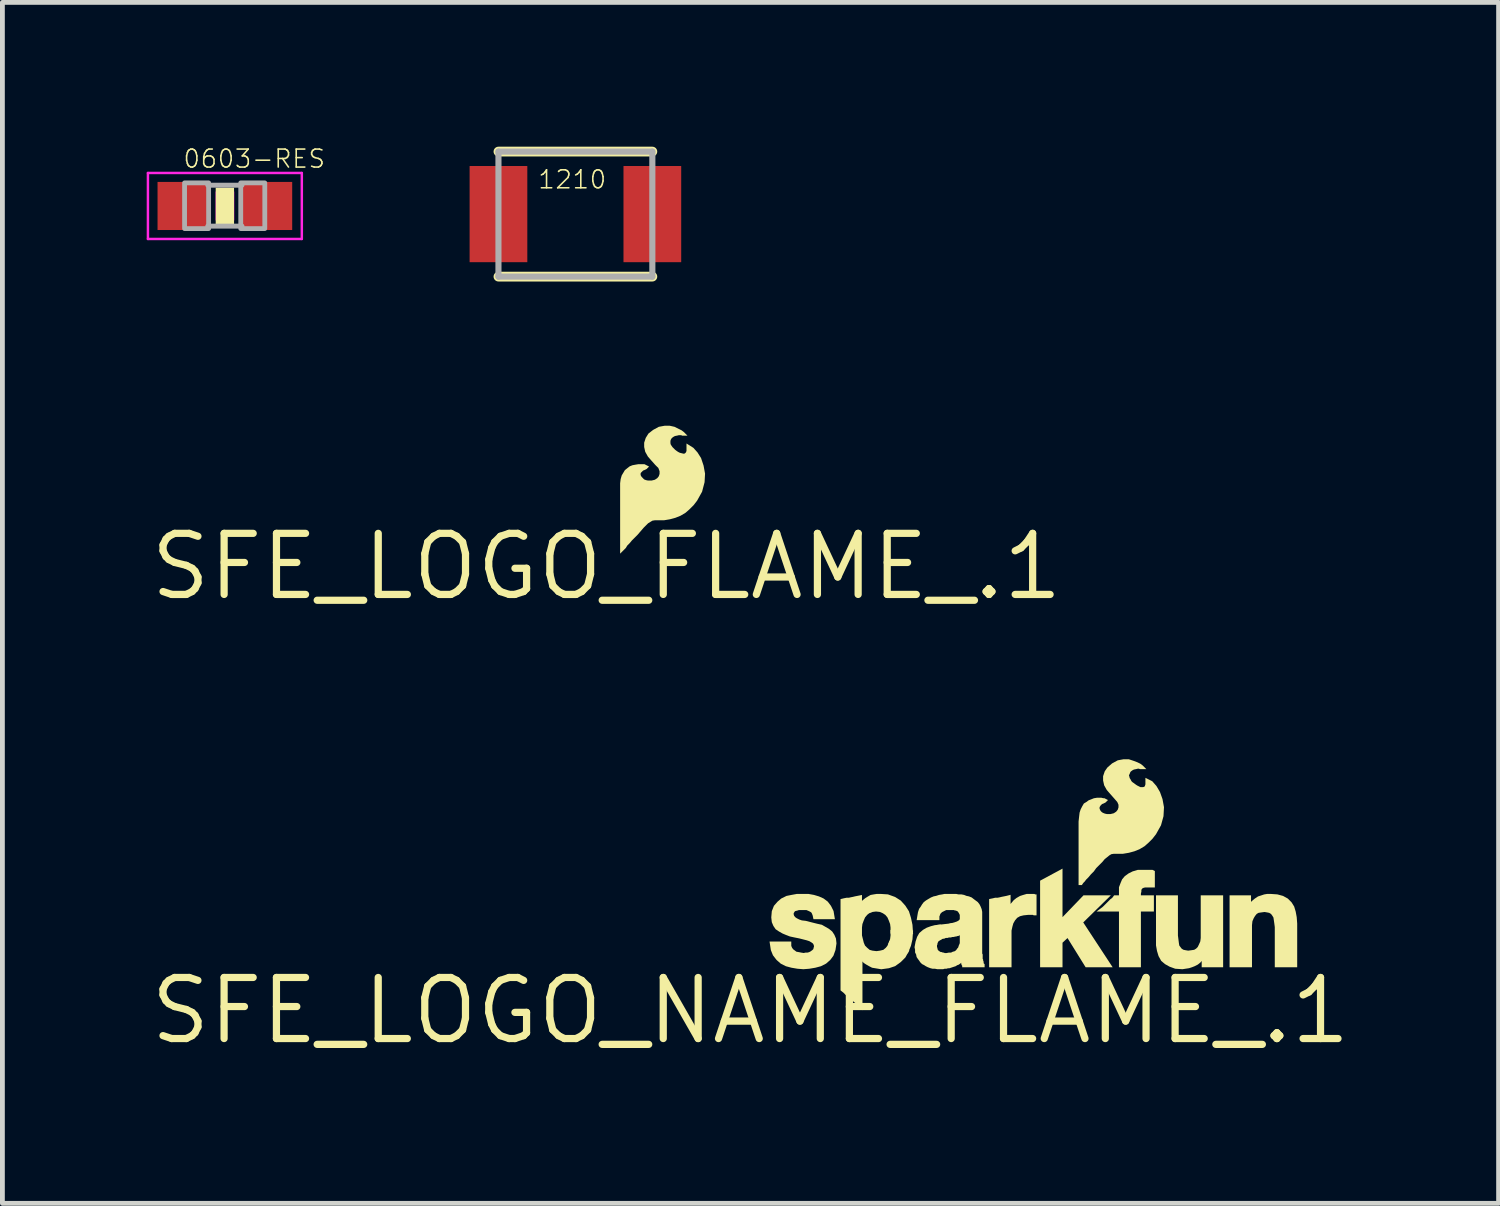
<source format=kicad_pcb>
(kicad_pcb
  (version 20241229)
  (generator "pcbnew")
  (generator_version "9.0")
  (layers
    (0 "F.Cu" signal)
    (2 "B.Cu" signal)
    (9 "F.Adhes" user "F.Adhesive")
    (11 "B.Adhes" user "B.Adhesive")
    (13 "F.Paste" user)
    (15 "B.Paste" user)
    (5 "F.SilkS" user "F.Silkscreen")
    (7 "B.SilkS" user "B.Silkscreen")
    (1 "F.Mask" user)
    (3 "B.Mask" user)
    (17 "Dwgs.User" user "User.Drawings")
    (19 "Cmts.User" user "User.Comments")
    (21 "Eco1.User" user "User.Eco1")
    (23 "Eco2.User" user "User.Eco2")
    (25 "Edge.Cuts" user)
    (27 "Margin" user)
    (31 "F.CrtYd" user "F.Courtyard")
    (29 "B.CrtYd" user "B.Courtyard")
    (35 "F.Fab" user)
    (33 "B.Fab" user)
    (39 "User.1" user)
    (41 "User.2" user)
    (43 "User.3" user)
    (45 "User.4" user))
  (footprint "1210"
    (layer "F.Cu")
    (at 8.915 1.402)
    (property "Reference" "1210" (at -0.8 -0.5 0) (layer "F.SilkS") (effects (font (size 0.374 0.374) (thickness 0.033)) (justify left bottom)))
    (fp_line (start -1.6 -1.3) (end 1.6 -1.3) (stroke (width 0.203) (type solid)) (layer "F.SilkS"))
    (fp_line (start -1.6 1.3) (end 1.6 1.3) (stroke (width 0.203) (type solid)) (layer "F.SilkS"))
    (fp_line (start -1.6 -1.3) (end 1.6 -1.3) (stroke (width 0.127) (type solid)) (layer "F.Fab"))
    (fp_line (start -1.6 1.3) (end -1.6 -1.3) (stroke (width 0.127) (type solid)) (layer "F.Fab"))
    (fp_line (start 1.6 -1.3) (end 1.6 1.3) (stroke (width 0.127) (type solid)) (layer "F.Fab"))
    (fp_line (start 1.6 1.3) (end -1.6 1.3) (stroke (width 0.127) (type solid)) (layer "F.Fab"))
    (pad "1" smd rect (at -1.6 0) (size 1.2 2) (layers "F.Cu" "F.Mask" "F.Paste"))
    (pad "2" smd rect (at 1.6 0) (size 1.2 2) (layers "F.Cu" "F.Mask" "F.Paste")))
  (footprint "SFE_LOGO_NAME_FLAME_.1"
    (layer "F.Cu")
    (at 12.556 17.966)
    (property "Reference" "SFE_LOGO_NAME_FLAME_.1" (at 0 0 0) (layer "F.SilkS") (effects (font (size 1.27 1.27) (thickness 0.15))))
    (fp_poly (pts (xy 3.381 -1.667) (xy 3.368 -1.484) (xy 3.336 -1.348) (xy 3.27 -1.189) (xy 2.862 -1.38) (xy 2.903 -1.489) (xy 2.912 -1.562) (xy 2.912 -1.679)) (stroke (width 0) (type default)) (fill yes) (layer "F.SilkS"))
    (fp_poly (pts (xy 6.488 -1.945) (xy 6.924 -2.398) (xy 7.493 -2.398) (xy 6.919 -1.835) (xy 7.531 -0.902) (xy 6.969 -0.902) (xy 6.592 -1.51) (xy 6.488 -1.413) (xy 6.488 -0.902) (xy 6.022 -0.902) (xy 6.022 -2.703) (xy 6.488 -2.954)) (stroke (width 0) (type default)) (fill yes) (layer "F.SilkS"))
    (fp_poly (pts (xy 4.274 -1.56) (xy 4.219 -1.532) (xy 4.196 -1.532) (xy 4.166 -1.522) (xy 4.126 -1.522) (xy 4.096 -1.512) (xy 4.059 -1.512) (xy 4.039 -1.502) (xy 3.984 -1.502) (xy 3.877 -1.782) (xy 4.016 -1.798) (xy 4.105 -1.808) (xy 4.209 -1.823)) (stroke (width 0) (type default)) (fill yes) (layer "F.SilkS"))
    (fp_poly (pts (xy 5.916 -2.418) (xy 5.948 -2.418) (xy 5.948 -1.982) (xy 5.891 -1.982) (xy 5.871 -1.992) (xy 5.772 -1.992) (xy 5.677 -1.982) (xy 5.604 -1.964) (xy 5.545 -1.93) (xy 5.501 -1.878) (xy 5.465 -1.815) (xy 5.447 -1.751) (xy 5.428 -1.666) (xy 5.428 -0.902) (xy 4.962 -0.902) (xy 4.962 -2.321) (xy 5.042 -2.337) (xy 5.085 -2.348) (xy 5.136 -2.348) (xy 5.182 -2.357) (xy 5.222 -2.367) (xy 5.273 -2.377) (xy 5.322 -2.387) (xy 5.408 -2.409) (xy 5.408 -2.219) (xy 5.42 -2.234) (xy 5.473 -2.297) (xy 5.529 -2.342) (xy 5.604 -2.385) (xy 5.669 -2.406) (xy 5.745 -2.428) (xy 5.906 -2.428)) (stroke (width 0) (type default)) (fill yes) (layer "F.SilkS"))
    (fp_poly (pts (xy 8.408 -2.904) (xy 8.408 -2.562) (xy 8.205 -2.562) (xy 8.173 -2.554) (xy 8.157 -2.546) (xy 8.146 -2.54) (xy 8.133 -2.521) (xy 8.128 -2.511) (xy 8.128 -2.475) (xy 8.118 -2.435) (xy 8.118 -2.398) (xy 8.388 -2.398) (xy 8.388 -2.062) (xy 8.118 -2.062) (xy 8.118 -0.902) (xy 7.662 -0.902) (xy 7.662 -2.062) (xy 7.196 -2.062) (xy 7.325 -2.159) (xy 7.453 -2.287) (xy 7.485 -2.319) (xy 7.523 -2.347) (xy 7.561 -2.398) (xy 7.662 -2.398) (xy 7.662 -2.567) (xy 7.695 -2.654) (xy 7.727 -2.73) (xy 7.784 -2.798) (xy 7.86 -2.853) (xy 7.946 -2.896) (xy 8.054 -2.928) (xy 8.359 -2.928)) (stroke (width 0) (type default)) (fill yes) (layer "F.SilkS"))
    (fp_poly (pts (xy 8.888 -1.562) (xy 8.898 -1.485) (xy 8.908 -1.405) (xy 8.916 -1.355) (xy 8.94 -1.323) (xy 8.966 -1.289) (xy 9.004 -1.266) (xy 9.047 -1.257) (xy 9.101 -1.248) (xy 9.175 -1.258) (xy 9.227 -1.266) (xy 9.266 -1.29) (xy 9.299 -1.323) (xy 9.325 -1.376) (xy 9.353 -1.44) (xy 9.362 -1.512) (xy 9.362 -2.398) (xy 9.828 -2.398) (xy 9.828 -0.902) (xy 9.382 -0.902) (xy 9.382 -1.034) (xy 9.357 -1.003) (xy 9.301 -0.958) (xy 9.236 -0.925) (xy 9.183 -0.904) (xy 9.119 -0.883) (xy 9.046 -0.872) (xy 8.982 -0.862) (xy 8.832 -0.872) (xy 8.714 -0.915) (xy 8.618 -0.969) (xy 8.54 -1.036) (xy 8.485 -1.135) (xy 8.453 -1.241) (xy 8.432 -1.357) (xy 8.432 -2.398) (xy 8.888 -2.398)) (stroke (width 0) (type default)) (fill yes) (layer "F.SilkS"))
    (fp_poly (pts (xy 10.956 -2.418) (xy 11.074 -2.386) (xy 11.173 -2.331) (xy 11.25 -2.254) (xy 11.305 -2.166) (xy 11.337 -2.059) (xy 11.358 -1.945) (xy 11.368 -1.811) (xy 11.368 -0.902) (xy 10.902 -0.902) (xy 10.902 -1.738) (xy 10.892 -1.815) (xy 10.882 -1.884) (xy 10.874 -1.937) (xy 10.848 -1.979) (xy 10.824 -2.011) (xy 10.786 -2.034) (xy 10.743 -2.043) (xy 10.689 -2.052) (xy 10.615 -2.042) (xy 10.563 -2.034) (xy 10.525 -2.011) (xy 10.491 -1.968) (xy 10.464 -1.923) (xy 10.437 -1.86) (xy 10.428 -1.778) (xy 10.428 -0.902) (xy 9.962 -0.902) (xy 9.962 -2.398) (xy 10.408 -2.398) (xy 10.408 -2.262) (xy 10.435 -2.288) (xy 10.487 -2.331) (xy 10.553 -2.375) (xy 10.618 -2.396) (xy 10.681 -2.417) (xy 10.747 -2.428) (xy 10.811 -2.428)) (stroke (width 0) (type default)) (fill yes) (layer "F.SilkS"))
    (fp_poly (pts (xy 2.858 -2.418) (xy 3.007 -2.364) (xy 3.125 -2.289) (xy 3.22 -2.183) (xy 3.295 -2.066) (xy 3.337 -1.93) (xy 3.368 -1.785) (xy 3.381 -1.591) (xy 2.912 -1.603) (xy 2.912 -1.728) (xy 2.903 -1.801) (xy 2.875 -1.876) (xy 2.847 -1.94) (xy 2.804 -1.991) (xy 2.752 -2.026) (xy 2.69 -2.053) (xy 2.61 -2.062) (xy 2.539 -2.053) (xy 2.469 -2.026) (xy 2.427 -1.993) (xy 2.383 -1.94) (xy 2.355 -1.876) (xy 2.327 -1.801) (xy 2.318 -1.728) (xy 2.318 -1.565) (xy 2.356 -1.412) (xy 2.382 -1.352) (xy 2.426 -1.308) (xy 2.478 -1.264) (xy 2.537 -1.248) (xy 2.62 -1.238) (xy 2.693 -1.248) (xy 2.762 -1.265) (xy 2.813 -1.307) (xy 2.847 -1.35) (xy 2.891 -1.451) (xy 3.303 -1.257) (xy 3.221 -1.107) (xy 3.125 -1.011) (xy 3.008 -0.926) (xy 2.879 -0.883) (xy 2.719 -0.861) (xy 2.654 -0.872) (xy 2.594 -0.882) (xy 2.528 -0.893) (xy 2.462 -0.927) (xy 2.41 -0.957) (xy 2.355 -0.991) (xy 2.328 -1.024) (xy 2.328 -0.008) (xy 2.175 -0.162) (xy 2.076 -0.24) (xy 2.025 -0.282) (xy 1.973 -0.333) (xy 1.935 -0.372) (xy 1.872 -0.422) (xy 1.872 -2.32) (xy 1.942 -2.337) (xy 1.996 -2.348) (xy 2.045 -2.348) (xy 2.082 -2.357) (xy 2.132 -2.367) (xy 2.172 -2.377) (xy 2.223 -2.387) (xy 2.318 -2.406) (xy 2.318 -2.282) (xy 2.335 -2.298) (xy 2.388 -2.341) (xy 2.44 -2.373) (xy 2.497 -2.406) (xy 2.564 -2.418) (xy 2.627 -2.428) (xy 2.701 -2.428)) (stroke (width 0) (type default)) (fill yes) (layer "F.SilkS"))
    (fp_poly (pts (xy 1.319 -2.407) (xy 1.423 -2.376) (xy 1.519 -2.333) (xy 1.607 -2.267) (xy 1.673 -2.18) (xy 1.727 -2.072) (xy 1.755 -1.902) (xy 1.309 -1.902) (xy 1.293 -1.979) (xy 1.276 -2.022) (xy 1.263 -2.043) (xy 1.241 -2.057) (xy 1.204 -2.075) (xy 1.163 -2.092) (xy 1.006 -2.092) (xy 0.981 -2.083) (xy 0.941 -2.073) (xy 0.924 -2.068) (xy 0.912 -2.049) (xy 0.898 -2.028) (xy 0.898 -2.005) (xy 0.905 -1.977) (xy 0.927 -1.947) (xy 0.96 -1.923) (xy 1.015 -1.895) (xy 1.068 -1.877) (xy 1.147 -1.868) (xy 1.309 -1.827) (xy 1.389 -1.807) (xy 1.484 -1.786) (xy 1.559 -1.743) (xy 1.632 -1.701) (xy 1.699 -1.646) (xy 1.744 -1.578) (xy 1.777 -1.5) (xy 1.788 -1.399) (xy 1.767 -1.261) (xy 1.724 -1.142) (xy 1.658 -1.054) (xy 1.571 -0.978) (xy 1.464 -0.924) (xy 1.348 -0.893) (xy 1.225 -0.872) (xy 1.1 -0.862) (xy 0.975 -0.872) (xy 0.852 -0.893) (xy 0.736 -0.924) (xy 0.629 -0.978) (xy 0.542 -1.054) (xy 0.467 -1.151) (xy 0.423 -1.26) (xy 0.396 -1.438) (xy 0.848 -1.438) (xy 0.848 -1.347) (xy 0.864 -1.309) (xy 0.887 -1.277) (xy 0.923 -1.25) (xy 0.955 -1.226) (xy 1.007 -1.217) (xy 1.057 -1.207) (xy 1.108 -1.199) (xy 1.145 -1.208) (xy 1.185 -1.208) (xy 1.217 -1.216) (xy 1.25 -1.233) (xy 1.285 -1.259) (xy 1.306 -1.279) (xy 1.313 -1.309) (xy 1.321 -1.34) (xy 1.314 -1.367) (xy 1.3 -1.395) (xy 1.269 -1.418) (xy 1.224 -1.445) (xy 1.169 -1.463) (xy 1.091 -1.483) (xy 1.012 -1.503) (xy 0.912 -1.523) (xy 0.819 -1.543) (xy 0.736 -1.575) (xy 0.663 -1.606) (xy 0.59 -1.648) (xy 0.523 -1.693) (xy 0.476 -1.762) (xy 0.443 -1.84) (xy 0.432 -1.939) (xy 0.443 -2.069) (xy 0.487 -2.18) (xy 0.563 -2.267) (xy 0.639 -2.332) (xy 0.748 -2.386) (xy 0.853 -2.407) (xy 0.967 -2.428) (xy 1.203 -2.428)) (stroke (width 0) (type default)) (fill yes) (layer "F.SilkS"))
    (fp_poly (pts (xy 7.963 -5.196) (xy 8.045 -5.165) (xy 8.11 -5.133) (xy 8.155 -5.099) (xy 8.232 -5.022) (xy 8.104 -5.022) (xy 8.074 -5.032) (xy 8.055 -5.032) (xy 8.018 -5.023) (xy 7.972 -5.014) (xy 7.94 -4.997) (xy 7.908 -4.973) (xy 7.895 -4.953) (xy 7.885 -4.925) (xy 7.875 -4.905) (xy 7.87 -4.89) (xy 7.877 -4.871) (xy 7.885 -4.836) (xy 7.903 -4.809) (xy 7.921 -4.773) (xy 7.944 -4.75) (xy 7.972 -4.731) (xy 8.012 -4.701) (xy 8.039 -4.683) (xy 8.109 -4.648) (xy 8.164 -4.648) (xy 8.183 -4.655) (xy 8.198 -4.664) (xy 8.204 -4.682) (xy 8.212 -4.706) (xy 8.212 -4.842) (xy 8.354 -4.771) (xy 8.441 -4.672) (xy 8.515 -4.546) (xy 8.567 -4.4) (xy 8.598 -4.232) (xy 8.588 -4.044) (xy 8.536 -3.855) (xy 8.432 -3.669) (xy 8.359 -3.575) (xy 8.276 -3.492) (xy 8.193 -3.419) (xy 8.087 -3.356) (xy 7.982 -3.314) (xy 7.868 -3.283) (xy 7.743 -3.262) (xy 7.553 -3.262) (xy 7.503 -3.254) (xy 7.462 -3.229) (xy 7.414 -3.19) (xy 7.367 -3.153) (xy 7.318 -3.094) (xy 7.189 -2.965) (xy 7.139 -2.895) (xy 7.078 -2.834) (xy 7.028 -2.774) (xy 6.979 -2.725) (xy 6.949 -2.685) (xy 6.92 -2.656) (xy 6.89 -2.612) (xy 6.822 -2.612) (xy 6.822 -3.932) (xy 6.832 -4.024) (xy 6.843 -4.118) (xy 6.865 -4.185) (xy 6.897 -4.248) (xy 6.932 -4.308) (xy 6.989 -4.342) (xy 7.031 -4.374) (xy 7.086 -4.395) (xy 7.14 -4.417) (xy 7.207 -4.428) (xy 7.295 -4.428) (xy 7.335 -4.418) (xy 7.359 -4.418) (xy 7.434 -4.38) (xy 7.383 -4.329) (xy 7.335 -4.305) (xy 7.311 -4.297) (xy 7.28 -4.266) (xy 7.265 -4.243) (xy 7.258 -4.224) (xy 7.258 -4.206) (xy 7.265 -4.185) (xy 7.281 -4.153) (xy 7.304 -4.13) (xy 7.328 -4.114) (xy 7.371 -4.097) (xy 7.414 -4.088) (xy 7.485 -4.088) (xy 7.554 -4.105) (xy 7.604 -4.138) (xy 7.636 -4.178) (xy 7.652 -4.226) (xy 7.652 -4.282) (xy 7.627 -4.339) (xy 7.561 -4.415) (xy 7.481 -4.505) (xy 7.409 -4.588) (xy 7.354 -4.686) (xy 7.332 -4.786) (xy 7.332 -4.876) (xy 7.366 -4.977) (xy 7.421 -5.056) (xy 7.518 -5.141) (xy 7.637 -5.206) (xy 7.757 -5.228) (xy 7.866 -5.228)) (stroke (width 0) (type default)) (fill yes) (layer "F.SilkS"))
    (fp_poly (pts (xy 4.324 -2.418) (xy 4.384 -2.418) (xy 4.441 -2.407) (xy 4.491 -2.387) (xy 4.541 -2.377) (xy 4.599 -2.354) (xy 4.643 -2.32) (xy 4.683 -2.29) (xy 4.727 -2.257) (xy 4.763 -2.21) (xy 4.785 -2.166) (xy 4.807 -2.111) (xy 4.818 -2.054) (xy 4.818 -1.189) (xy 4.828 -1.169) (xy 4.828 -1.079) (xy 4.838 -1.059) (xy 4.838 -1.039) (xy 4.848 -1.019) (xy 4.848 -0.989) (xy 4.851 -0.983) (xy 4.868 -0.966) (xy 4.868 -0.902) (xy 4.402 -0.902) (xy 4.402 -0.934) (xy 4.392 -0.944) (xy 4.392 -0.954) (xy 4.382 -0.964) (xy 4.382 -0.994) (xy 4.38 -0.996) (xy 4.364 -0.98) (xy 4.327 -0.955) (xy 4.297 -0.945) (xy 4.267 -0.925) (xy 4.232 -0.914) (xy 4.136 -0.882) (xy 4.106 -0.882) (xy 4.076 -0.872) (xy 4.036 -0.872) (xy 4.006 -0.862) (xy 3.886 -0.862) (xy 3.836 -0.872) (xy 3.785 -0.872) (xy 3.738 -0.884) (xy 3.684 -0.905) (xy 3.641 -0.927) (xy 3.611 -0.947) (xy 3.567 -0.969) (xy 3.53 -1.006) (xy 3.509 -1.038) (xy 3.479 -1.078) (xy 3.454 -1.115) (xy 3.444 -1.168) (xy 3.422 -1.211) (xy 3.422 -1.266) (xy 3.411 -1.32) (xy 3.433 -1.439) (xy 3.465 -1.536) (xy 3.51 -1.615) (xy 3.588 -1.681) (xy 3.664 -1.725) (xy 3.749 -1.756) (xy 3.833 -1.778) (xy 3.955 -1.791) (xy 4.06 -1.516) (xy 3.995 -1.495) (xy 3.983 -1.489) (xy 3.973 -1.479) (xy 3.933 -1.459) (xy 3.923 -1.449) (xy 3.908 -1.442) (xy 3.888 -1.401) (xy 3.888 -1.381) (xy 3.878 -1.361) (xy 3.878 -1.326) (xy 3.888 -1.296) (xy 3.888 -1.279) (xy 3.891 -1.273) (xy 3.901 -1.263) (xy 3.908 -1.248) (xy 3.923 -1.241) (xy 3.933 -1.231) (xy 3.959 -1.218) (xy 3.979 -1.218) (xy 3.999 -1.208) (xy 4.019 -1.208) (xy 4.039 -1.198) (xy 4.076 -1.198) (xy 4.126 -1.208) (xy 4.171 -1.208) (xy 4.207 -1.226) (xy 4.244 -1.235) (xy 4.266 -1.25) (xy 4.28 -1.264) (xy 4.3 -1.294) (xy 4.317 -1.311) (xy 4.324 -1.332) (xy 4.335 -1.365) (xy 4.345 -1.385) (xy 4.352 -1.406) (xy 4.352 -1.568) (xy 4.347 -1.566) (xy 4.319 -1.552) (xy 4.299 -1.552) (xy 4.279 -1.542) (xy 4.2 -1.542) (xy 4.134 -1.807) (xy 4.239 -1.836) (xy 4.294 -1.855) (xy 4.334 -1.879) (xy 4.352 -1.903) (xy 4.352 -1.991) (xy 4.329 -2.037) (xy 4.319 -2.047) (xy 4.312 -2.062) (xy 4.303 -2.066) (xy 4.271 -2.082) (xy 4.251 -2.082) (xy 4.231 -2.092) (xy 4.069 -2.092) (xy 3.983 -2.049) (xy 3.951 -2.017) (xy 3.945 -2.005) (xy 3.935 -1.975) (xy 3.928 -1.961) (xy 3.928 -1.882) (xy 3.455 -1.882) (xy 3.472 -1.986) (xy 3.483 -2.049) (xy 3.506 -2.118) (xy 3.538 -2.161) (xy 3.568 -2.211) (xy 3.603 -2.257) (xy 3.649 -2.292) (xy 3.7 -2.323) (xy 3.753 -2.354) (xy 3.809 -2.377) (xy 3.86 -2.387) (xy 3.921 -2.407) (xy 3.983 -2.417) (xy 4.036 -2.428) (xy 4.274 -2.428)) (stroke (width 0) (type default)) (fill yes) (layer "F.SilkS")))
  (footprint "SFE_LOGO_FLAME_.1"
    (layer "F.Cu")
    (at 9.563 8.731)
    (property "Reference" "SFE_LOGO_FLAME_.1" (at 0 0 0) (layer "F.SilkS") (effects (font (size 1.27 1.27) (thickness 0.15))))
    (fp_poly (pts (xy 1.413 -2.906) (xy 1.56 -2.833) (xy 1.605 -2.799) (xy 1.682 -2.722) (xy 1.571 -2.722) (xy 1.551 -2.732) (xy 1.505 -2.732) (xy 1.468 -2.723) (xy 1.422 -2.714) (xy 1.39 -2.697) (xy 1.358 -2.673) (xy 1.343 -2.651) (xy 1.335 -2.635) (xy 1.328 -2.614) (xy 1.328 -2.565) (xy 1.335 -2.536) (xy 1.37 -2.484) (xy 1.425 -2.429) (xy 1.462 -2.401) (xy 1.489 -2.383) (xy 1.523 -2.366) (xy 1.595 -2.348) (xy 1.614 -2.348) (xy 1.629 -2.353) (xy 1.649 -2.373) (xy 1.655 -2.385) (xy 1.662 -2.406) (xy 1.662 -2.559) (xy 1.805 -2.469) (xy 1.891 -2.373) (xy 1.965 -2.256) (xy 2.017 -2.1) (xy 2.048 -1.932) (xy 2.038 -1.754) (xy 1.986 -1.556) (xy 1.882 -1.369) (xy 1.809 -1.275) (xy 1.726 -1.192) (xy 1.643 -1.119) (xy 1.537 -1.056) (xy 1.432 -1.014) (xy 1.318 -0.983) (xy 1.193 -0.962) (xy 1.003 -0.962) (xy 0.953 -0.954) (xy 0.864 -0.9) (xy 0.768 -0.804) (xy 0.648 -0.664) (xy 0.528 -0.544) (xy 0.478 -0.484) (xy 0.43 -0.436) (xy 0.4 -0.386) (xy 0.282 -0.268) (xy 0.282 -1.732) (xy 0.293 -1.818) (xy 0.315 -1.895) (xy 0.381 -2.005) (xy 0.437 -2.05) (xy 0.481 -2.084) (xy 0.539 -2.107) (xy 0.593 -2.117) (xy 0.657 -2.128) (xy 0.789 -2.128) (xy 0.884 -2.08) (xy 0.833 -2.029) (xy 0.785 -2.005) (xy 0.761 -1.997) (xy 0.713 -1.949) (xy 0.708 -1.934) (xy 0.708 -1.906) (xy 0.715 -1.887) (xy 0.73 -1.864) (xy 0.781 -1.812) (xy 0.821 -1.797) (xy 0.864 -1.788) (xy 0.935 -1.788) (xy 1.004 -1.805) (xy 1.054 -1.838) (xy 1.086 -1.878) (xy 1.102 -1.926) (xy 1.102 -1.983) (xy 1.077 -2.049) (xy 1.012 -2.114) (xy 0.931 -2.205) (xy 0.859 -2.288) (xy 0.804 -2.386) (xy 0.782 -2.486) (xy 0.782 -2.576) (xy 0.815 -2.676) (xy 0.871 -2.766) (xy 0.969 -2.842) (xy 1.087 -2.906) (xy 1.207 -2.928) (xy 1.314 -2.928)) (stroke (width 0) (type default)) (fill yes) (layer "F.SilkS")))
  (footprint "0603-RES"
    (layer "F.Cu")
    (at 1.626 1.233)
    (property "Reference" "0603-RES" (at -0.889 -0.762 0) (layer "F.SilkS") (effects (font (size 0.374 0.374) (thickness 0.033)) (justify left bottom)))
    (fp_poly (pts (xy -0.191 0.381) (xy 0.191 0.381) (xy 0.191 -0.381) (xy -0.191 -0.381)) (stroke (width 0) (type default)) (fill yes) (layer "F.SilkS"))
    (fp_poly (pts (xy -0.2 0.3) (xy 0.2 0.3) (xy 0.2 -0.3) (xy -0.2 -0.3)) (stroke (width 0) (type default)) (fill yes) (layer "F.Adhes"))
    (fp_line (start -1.6 -0.686) (end 1.6 -0.686) (stroke (width 0.051) (type solid)) (layer "F.CrtYd"))
    (fp_line (start -1.6 0.686) (end -1.6 -0.686) (stroke (width 0.051) (type solid)) (layer "F.CrtYd"))
    (fp_line (start 1.6 -0.686) (end 1.6 0.686) (stroke (width 0.051) (type solid)) (layer "F.CrtYd"))
    (fp_line (start 1.6 0.686) (end -1.6 0.686) (stroke (width 0.051) (type solid)) (layer "F.CrtYd"))
    (fp_line (start -0.356 -0.432) (end 0.356 -0.432) (stroke (width 0.102) (type solid)) (layer "F.Fab"))
    (fp_line (start -0.356 0.419) (end 0.356 0.419) (stroke (width 0.102) (type solid)) (layer "F.Fab"))
    (fp_poly (pts (xy -0.838 0.47) (xy -0.338 0.47) (xy -0.338 -0.48) (xy -0.838 -0.48)) (stroke (width 0.1) (type default)) (fill no) (layer "F.Fab"))
    (fp_poly (pts (xy 0.33 0.47) (xy 0.83 0.47) (xy 0.83 -0.48) (xy 0.33 -0.48)) (stroke (width 0.1) (type default)) (fill no) (layer "F.Fab"))
    (pad "1" smd rect (at -0.85 0) (size 1.1 1) (layers "F.Cu" "F.Mask" "F.Paste"))
    (pad "2" smd rect (at 0.85 0) (size 1.1 1) (layers "F.Cu" "F.Mask" "F.Paste")))
  (gr_rect
    (start -3 -3)
    (end 28.112 21.972)
    (stroke (width 0.1) (type default))
    (fill no)
    (layer "Edge.Cuts")))
</source>
